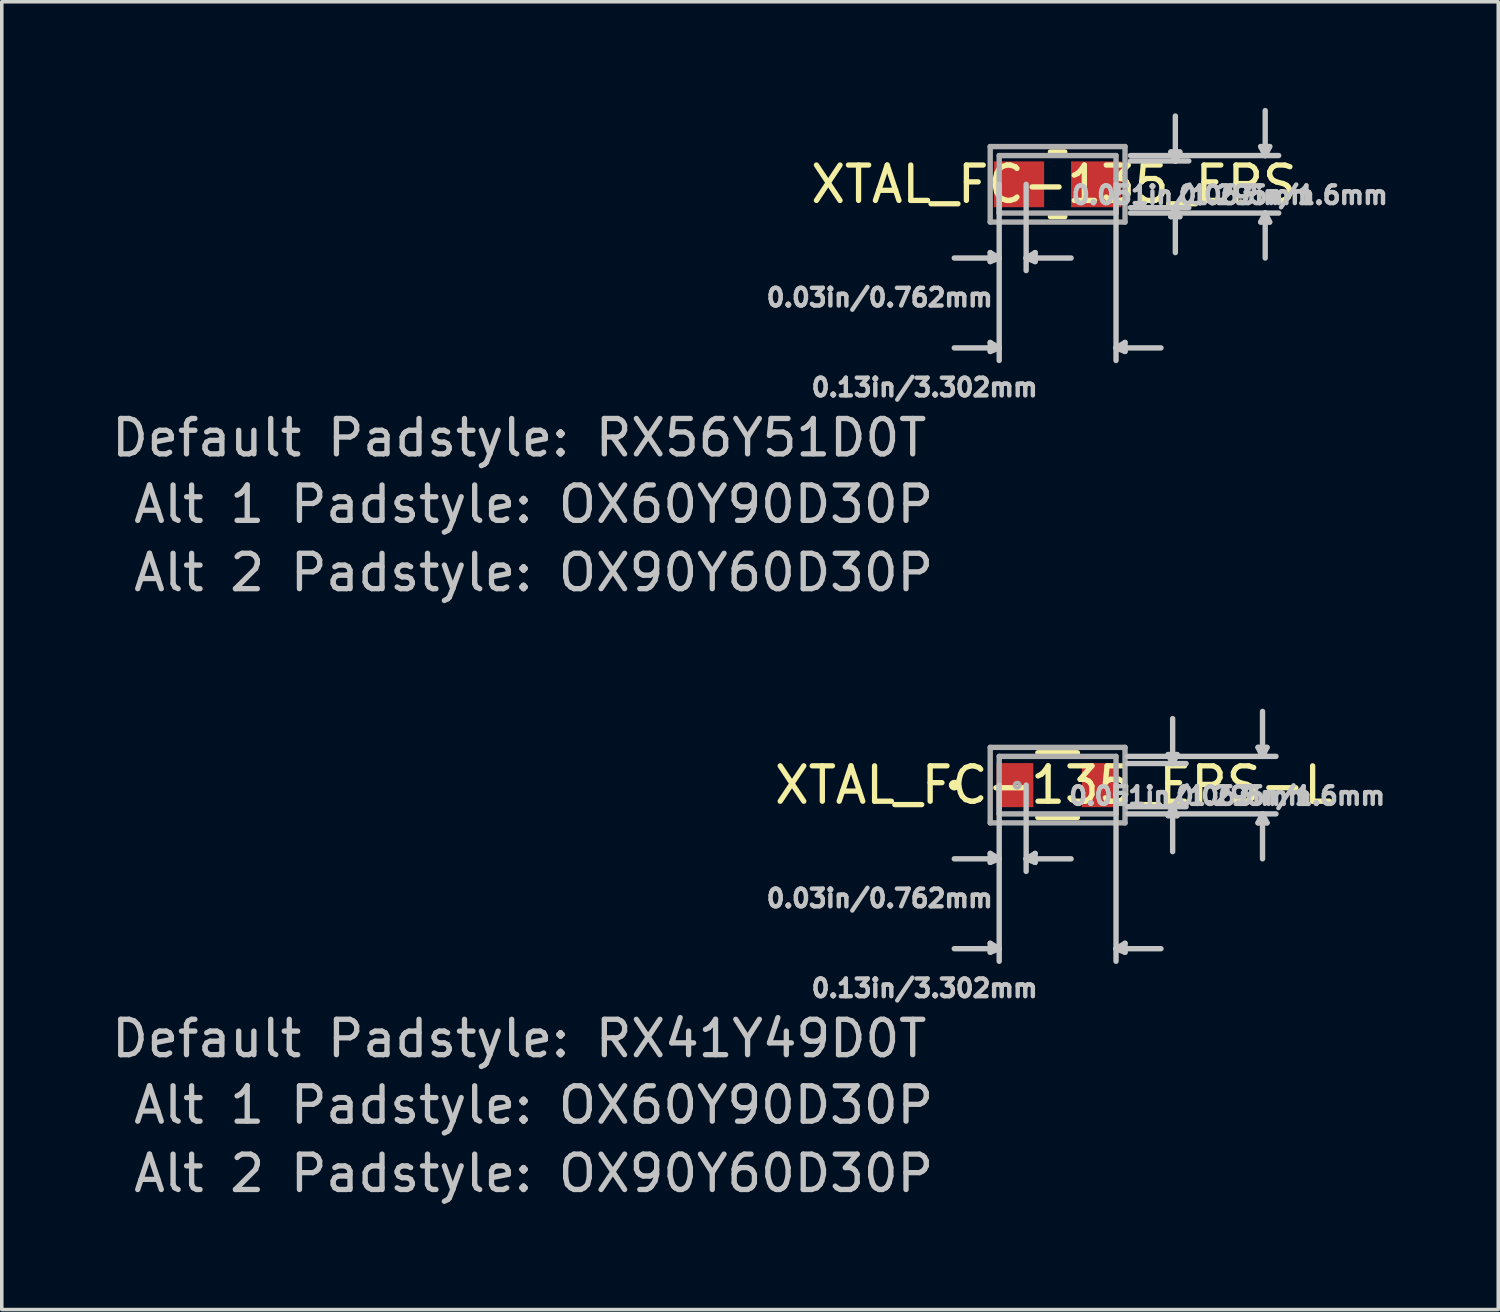
<source format=kicad_pcb>
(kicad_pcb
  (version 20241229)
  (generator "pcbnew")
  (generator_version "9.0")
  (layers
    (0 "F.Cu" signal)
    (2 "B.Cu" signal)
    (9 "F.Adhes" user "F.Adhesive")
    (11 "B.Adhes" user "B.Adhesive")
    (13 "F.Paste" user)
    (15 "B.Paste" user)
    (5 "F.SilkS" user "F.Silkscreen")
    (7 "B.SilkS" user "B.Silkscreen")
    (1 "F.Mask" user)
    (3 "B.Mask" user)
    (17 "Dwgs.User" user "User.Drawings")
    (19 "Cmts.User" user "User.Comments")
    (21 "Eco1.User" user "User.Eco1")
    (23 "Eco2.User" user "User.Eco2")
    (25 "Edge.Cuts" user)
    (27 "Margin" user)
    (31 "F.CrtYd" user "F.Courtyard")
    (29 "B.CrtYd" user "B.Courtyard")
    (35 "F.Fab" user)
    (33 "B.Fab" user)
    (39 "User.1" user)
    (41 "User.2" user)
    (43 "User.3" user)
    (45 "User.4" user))
  (footprint "XTAL_FC-135_EPS-L"
    (layer "F.Cu")
    (at 26.84 19.139)
    (property "Reference" "XTAL_FC-135_EPS-L" (at -0.102 0 0) (layer "F.SilkS") (effects (font (size 1 1) (thickness 0.15))))
    (attr smd)
    (fp_line (start -0.559 0.914) (end 0.559 0.914) (stroke (width 0.152) (type solid)) (layer "F.SilkS"))
    (fp_line (start 0.559 -0.914) (end -0.559 -0.914) (stroke (width 0.152) (type solid)) (layer "F.SilkS"))
    (fp_arc (start -2.9972 0) (mid -2.921 -0.0762) (end -2.8448 0) (stroke (width 0.1524) (type solid)) (layer "F.SilkS"))
    (fp_arc (start -2.8448 0) (mid -2.921 0.0762) (end -2.9972 0) (stroke (width 0.1524) (type solid)) (layer "F.SilkS"))
    (fp_line (start -1.905 1.93) (end -1.905 2.184) (stroke (width 0.152) (type solid)) (layer "Dwgs.User"))
    (fp_line (start -1.905 4.47) (end -1.905 4.724) (stroke (width 0.152) (type solid)) (layer "Dwgs.User"))
    (fp_line (start -1.651 0) (end -1.651 2.083) (stroke (width 0.152) (type solid)) (layer "Dwgs.User"))
    (fp_line (start -1.651 2.083) (end -2.921 2.083) (stroke (width 0.152) (type solid)) (layer "Dwgs.User"))
    (fp_line (start -1.651 2.083) (end -1.905 1.93) (stroke (width 0.152) (type solid)) (layer "Dwgs.User"))
    (fp_line (start -1.651 2.083) (end -1.905 2.184) (stroke (width 0.152) (type solid)) (layer "Dwgs.User"))
    (fp_line (start -1.651 2.083) (end -1.651 4.623) (stroke (width 0.152) (type solid)) (layer "Dwgs.User"))
    (fp_line (start -1.651 4.623) (end -2.921 4.623) (stroke (width 0.152) (type solid)) (layer "Dwgs.User"))
    (fp_line (start -1.651 4.623) (end -1.905 4.47) (stroke (width 0.152) (type solid)) (layer "Dwgs.User"))
    (fp_line (start -1.651 4.623) (end -1.905 4.724) (stroke (width 0.152) (type solid)) (layer "Dwgs.User"))
    (fp_line (start -1.651 4.623) (end -1.651 4.978) (stroke (width 0.152) (type solid)) (layer "Dwgs.User"))
    (fp_line (start -0.889 0) (end -0.889 2.083) (stroke (width 0.152) (type solid)) (layer "Dwgs.User"))
    (fp_line (start -0.889 2.083) (end -0.889 2.438) (stroke (width 0.152) (type solid)) (layer "Dwgs.User"))
    (fp_line (start -0.889 2.083) (end -0.635 1.93) (stroke (width 0.152) (type solid)) (layer "Dwgs.User"))
    (fp_line (start -0.889 2.083) (end -0.635 2.184) (stroke (width 0.152) (type solid)) (layer "Dwgs.User"))
    (fp_line (start -0.889 2.083) (end 0.381 2.083) (stroke (width 0.152) (type solid)) (layer "Dwgs.User"))
    (fp_line (start -0.635 1.93) (end -0.635 2.184) (stroke (width 0.152) (type solid)) (layer "Dwgs.User"))
    (fp_line (start 1.651 0) (end 1.651 4.623) (stroke (width 0.152) (type solid)) (layer "Dwgs.User"))
    (fp_line (start 1.651 4.623) (end 1.651 4.978) (stroke (width 0.152) (type solid)) (layer "Dwgs.User"))
    (fp_line (start 1.651 4.623) (end 1.905 4.47) (stroke (width 0.152) (type solid)) (layer "Dwgs.User"))
    (fp_line (start 1.651 4.623) (end 1.905 4.724) (stroke (width 0.152) (type solid)) (layer "Dwgs.User"))
    (fp_line (start 1.651 4.623) (end 2.921 4.623) (stroke (width 0.152) (type solid)) (layer "Dwgs.User"))
    (fp_line (start 1.905 4.47) (end 1.905 4.724) (stroke (width 0.152) (type solid)) (layer "Dwgs.User"))
    (fp_line (start 1.981 -0.813) (end 5.791 -0.813) (stroke (width 0.152) (type solid)) (layer "Dwgs.User"))
    (fp_line (start 1.981 -0.61) (end 3.251 -0.61) (stroke (width 0.152) (type solid)) (layer "Dwgs.User"))
    (fp_line (start 1.981 0.61) (end 3.251 0.61) (stroke (width 0.152) (type solid)) (layer "Dwgs.User"))
    (fp_line (start 1.981 0.813) (end 5.791 0.813) (stroke (width 0.152) (type solid)) (layer "Dwgs.User"))
    (fp_line (start 3.124 -0.864) (end 3.378 -0.864) (stroke (width 0.152) (type solid)) (layer "Dwgs.User"))
    (fp_line (start 3.124 0.864) (end 3.378 0.864) (stroke (width 0.152) (type solid)) (layer "Dwgs.User"))
    (fp_line (start 3.251 -0.61) (end 3.124 -0.864) (stroke (width 0.152) (type solid)) (layer "Dwgs.User"))
    (fp_line (start 3.251 -0.61) (end 3.251 -1.88) (stroke (width 0.152) (type solid)) (layer "Dwgs.User"))
    (fp_line (start 3.251 -0.61) (end 3.378 -0.864) (stroke (width 0.152) (type solid)) (layer "Dwgs.User"))
    (fp_line (start 3.251 -0.61) (end 3.632 -0.61) (stroke (width 0.152) (type solid)) (layer "Dwgs.User"))
    (fp_line (start 3.251 0.61) (end 3.124 0.864) (stroke (width 0.152) (type solid)) (layer "Dwgs.User"))
    (fp_line (start 3.251 0.61) (end 3.251 1.88) (stroke (width 0.152) (type solid)) (layer "Dwgs.User"))
    (fp_line (start 3.251 0.61) (end 3.378 0.864) (stroke (width 0.152) (type solid)) (layer "Dwgs.User"))
    (fp_line (start 3.251 0.61) (end 3.632 0.61) (stroke (width 0.152) (type solid)) (layer "Dwgs.User"))
    (fp_line (start 5.664 -1.067) (end 5.918 -1.067) (stroke (width 0.152) (type solid)) (layer "Dwgs.User"))
    (fp_line (start 5.664 1.067) (end 5.918 1.067) (stroke (width 0.152) (type solid)) (layer "Dwgs.User"))
    (fp_line (start 5.791 -0.813) (end 5.664 -1.067) (stroke (width 0.152) (type solid)) (layer "Dwgs.User"))
    (fp_line (start 5.791 -0.813) (end 5.791 -2.083) (stroke (width 0.152) (type solid)) (layer "Dwgs.User"))
    (fp_line (start 5.791 -0.813) (end 5.918 -1.067) (stroke (width 0.152) (type solid)) (layer "Dwgs.User"))
    (fp_line (start 5.791 -0.813) (end 6.172 -0.813) (stroke (width 0.152) (type solid)) (layer "Dwgs.User"))
    (fp_line (start 5.791 0.813) (end 5.664 1.067) (stroke (width 0.152) (type solid)) (layer "Dwgs.User"))
    (fp_line (start 5.791 0.813) (end 5.791 2.083) (stroke (width 0.152) (type solid)) (layer "Dwgs.User"))
    (fp_line (start 5.791 0.813) (end 5.918 1.067) (stroke (width 0.152) (type solid)) (layer "Dwgs.User"))
    (fp_line (start 5.791 0.813) (end 6.172 0.813) (stroke (width 0.152) (type solid)) (layer "Dwgs.User"))
    (fp_line (start -1.905 -1.067) (end 1.905 -1.067) (stroke (width 0.152) (type solid)) (layer "F.Fab"))
    (fp_line (start -1.905 1.067) (end -1.905 -1.067) (stroke (width 0.152) (type solid)) (layer "F.Fab"))
    (fp_line (start -1.651 -0.813) (end -1.651 0.813) (stroke (width 0.152) (type solid)) (layer "F.Fab"))
    (fp_line (start -1.651 0.813) (end 1.651 0.813) (stroke (width 0.152) (type solid)) (layer "F.Fab"))
    (fp_line (start 1.651 -0.813) (end -1.651 -0.813) (stroke (width 0.152) (type solid)) (layer "F.Fab"))
    (fp_line (start 1.651 0.813) (end 1.651 -0.813) (stroke (width 0.152) (type solid)) (layer "F.Fab"))
    (fp_line (start 1.905 -1.067) (end 1.905 1.067) (stroke (width 0.152) (type solid)) (layer "F.Fab"))
    (fp_line (start 1.905 1.067) (end -1.905 1.067) (stroke (width 0.152) (type solid)) (layer "F.Fab"))
    (fp_arc (start -1.2192 0) (mid -1.143 -0.0762) (end -1.0668 0) (stroke (width 0.1) (type solid)) (layer "F.Fab"))
    (fp_arc (start -1.0668 0) (mid -1.143 0.0762) (end -1.2192 0) (stroke (width 0.1) (type solid)) (layer "F.Fab"))
    (fp_text user "0.051in/1.295mm" (at 3.759 0.305 0) (layer "Dwgs.User") (effects (font (size 0.5 0.5) (thickness 0.15))))
    (fp_text user "Alt 2 Padstyle: OX90Y60D30P" (at -14.808 10.973 0) (layer "Dwgs.User") (effects (font (size 1 1) (thickness 0.15))))
    (fp_text user "Alt 1 Padstyle: OX60Y90D30P" (at -14.808 9.042 0) (layer "Dwgs.User") (effects (font (size 1 1) (thickness 0.15))))
    (fp_text user "Default Padstyle: RX41Y49D0T" (at -15.215 7.163 0) (layer "Dwgs.User") (effects (font (size 1 1) (thickness 0.15))))
    (fp_text user "0.063in/1.6mm" (at 6.299 0.305 0) (layer "Dwgs.User") (effects (font (size 0.5 0.5) (thickness 0.15))))
    (fp_text user "0.13in/3.302mm" (at -3.759 5.74 0) (layer "Dwgs.User") (effects (font (size 0.5 0.5) (thickness 0.15))))
    (fp_text user "0.03in/0.762mm" (at -5.029 3.2 0) (layer "Dwgs.User") (effects (font (size 0.5 0.5) (thickness 0.15))))
    (pad "1" smd rect (at -1.206 0) (size 1.041 1.245) (layers "F.Cu" "F.Mask" "F.Paste"))
    (pad "2" smd rect (at 1.206 0) (size 1.041 1.245) (layers "F.Cu" "F.Mask" "F.Paste"))
    (zone (net_name "") (layer "F.Cu") (hatch full 0.508) (connect_pads) (min_thickness 0.152) (filled_areas_thickness no) (keepout (tracks not_allowed) (vias not_allowed) (pads not_allowed) (copperpour not_allowed) (footprints allowed)) (placement (enabled no)) (fill) (polygon (pts (xy 25.239 18.39) (xy 28.44 18.39) (xy 28.44 18.441) (xy 25.239 18.441))))
    (zone (net_name "") (layer "F.Cu") (hatch full 0.508) (connect_pads) (min_thickness 0.152) (filled_areas_thickness no) (keepout (tracks not_allowed) (vias not_allowed) (pads not_allowed) (copperpour not_allowed) (footprints allowed)) (placement (enabled no)) (fill) (polygon (pts (xy 25.239 19.838) (xy 28.44 19.838) (xy 28.44 19.888) (xy 25.239 19.888))))
    (zone (net_name "") (layer "F.Cu") (hatch full 0.508) (connect_pads) (min_thickness 0.152) (filled_areas_thickness no) (keepout (tracks not_allowed) (vias not_allowed) (pads not_allowed) (copperpour not_allowed) (footprints allowed)) (placement (enabled no)) (fill) (polygon (pts (xy 26.205 18.441) (xy 27.475 18.441) (xy 27.475 19.838) (xy 26.205 19.838))))
    (zone (net_name "") (layer "F.Cu") (hatch full 0.508) (connect_pads) (min_thickness 0.152) (filled_areas_thickness no) (keepout (tracks not_allowed) (vias not_allowed) (pads not_allowed) (copperpour not_allowed) (footprints allowed)) (placement (enabled no)) (fill) (polygon (pts (xy 26.205 18.441) (xy 27.475 18.441) (xy 27.475 19.838) (xy 26.205 19.838)))))
  (footprint "XTAL_FC-135_EPS"
    (layer "F.Cu")
    (at 26.84 2.159)
    (property "Reference" "XTAL_FC-135_EPS" (at -0.102 0 0) (layer "F.SilkS") (effects (font (size 1 1) (thickness 0.15))))
    (attr smd)
    (fp_line (start -0.203 0.914) (end 0.203 0.914) (stroke (width 0.152) (type solid)) (layer "F.SilkS"))
    (fp_line (start 0.203 -0.914) (end -0.203 -0.914) (stroke (width 0.152) (type solid)) (layer "F.SilkS"))
    (fp_line (start -1.905 1.93) (end -1.905 2.184) (stroke (width 0.152) (type solid)) (layer "Dwgs.User"))
    (fp_line (start -1.905 4.47) (end -1.905 4.724) (stroke (width 0.152) (type solid)) (layer "Dwgs.User"))
    (fp_line (start -1.651 0) (end -1.651 2.083) (stroke (width 0.152) (type solid)) (layer "Dwgs.User"))
    (fp_line (start -1.651 2.083) (end -2.921 2.083) (stroke (width 0.152) (type solid)) (layer "Dwgs.User"))
    (fp_line (start -1.651 2.083) (end -1.905 1.93) (stroke (width 0.152) (type solid)) (layer "Dwgs.User"))
    (fp_line (start -1.651 2.083) (end -1.905 2.184) (stroke (width 0.152) (type solid)) (layer "Dwgs.User"))
    (fp_line (start -1.651 2.083) (end -1.651 4.623) (stroke (width 0.152) (type solid)) (layer "Dwgs.User"))
    (fp_line (start -1.651 4.623) (end -2.921 4.623) (stroke (width 0.152) (type solid)) (layer "Dwgs.User"))
    (fp_line (start -1.651 4.623) (end -1.905 4.47) (stroke (width 0.152) (type solid)) (layer "Dwgs.User"))
    (fp_line (start -1.651 4.623) (end -1.905 4.724) (stroke (width 0.152) (type solid)) (layer "Dwgs.User"))
    (fp_line (start -1.651 4.623) (end -1.651 4.978) (stroke (width 0.152) (type solid)) (layer "Dwgs.User"))
    (fp_line (start -0.889 0) (end -0.889 2.083) (stroke (width 0.152) (type solid)) (layer "Dwgs.User"))
    (fp_line (start -0.889 2.083) (end -0.889 2.438) (stroke (width 0.152) (type solid)) (layer "Dwgs.User"))
    (fp_line (start -0.889 2.083) (end -0.635 1.93) (stroke (width 0.152) (type solid)) (layer "Dwgs.User"))
    (fp_line (start -0.889 2.083) (end -0.635 2.184) (stroke (width 0.152) (type solid)) (layer "Dwgs.User"))
    (fp_line (start -0.889 2.083) (end 0.381 2.083) (stroke (width 0.152) (type solid)) (layer "Dwgs.User"))
    (fp_line (start -0.635 1.93) (end -0.635 2.184) (stroke (width 0.152) (type solid)) (layer "Dwgs.User"))
    (fp_line (start 1.651 0) (end 1.651 4.623) (stroke (width 0.152) (type solid)) (layer "Dwgs.User"))
    (fp_line (start 1.651 4.623) (end 1.651 4.978) (stroke (width 0.152) (type solid)) (layer "Dwgs.User"))
    (fp_line (start 1.651 4.623) (end 1.905 4.47) (stroke (width 0.152) (type solid)) (layer "Dwgs.User"))
    (fp_line (start 1.651 4.623) (end 1.905 4.724) (stroke (width 0.152) (type solid)) (layer "Dwgs.User"))
    (fp_line (start 1.651 4.623) (end 2.921 4.623) (stroke (width 0.152) (type solid)) (layer "Dwgs.User"))
    (fp_line (start 1.905 4.47) (end 1.905 4.724) (stroke (width 0.152) (type solid)) (layer "Dwgs.User"))
    (fp_line (start 2.057 -0.813) (end 5.867 -0.813) (stroke (width 0.152) (type solid)) (layer "Dwgs.User"))
    (fp_line (start 2.057 -0.66) (end 3.327 -0.66) (stroke (width 0.152) (type solid)) (layer "Dwgs.User"))
    (fp_line (start 2.057 0.66) (end 3.327 0.66) (stroke (width 0.152) (type solid)) (layer "Dwgs.User"))
    (fp_line (start 2.057 0.813) (end 5.867 0.813) (stroke (width 0.152) (type solid)) (layer "Dwgs.User"))
    (fp_line (start 3.2 -0.914) (end 3.454 -0.914) (stroke (width 0.152) (type solid)) (layer "Dwgs.User"))
    (fp_line (start 3.2 0.914) (end 3.454 0.914) (stroke (width 0.152) (type solid)) (layer "Dwgs.User"))
    (fp_line (start 3.327 -0.66) (end 3.2 -0.914) (stroke (width 0.152) (type solid)) (layer "Dwgs.User"))
    (fp_line (start 3.327 -0.66) (end 3.327 -1.93) (stroke (width 0.152) (type solid)) (layer "Dwgs.User"))
    (fp_line (start 3.327 -0.66) (end 3.454 -0.914) (stroke (width 0.152) (type solid)) (layer "Dwgs.User"))
    (fp_line (start 3.327 -0.66) (end 3.708 -0.66) (stroke (width 0.152) (type solid)) (layer "Dwgs.User"))
    (fp_line (start 3.327 0.66) (end 3.2 0.914) (stroke (width 0.152) (type solid)) (layer "Dwgs.User"))
    (fp_line (start 3.327 0.66) (end 3.327 1.93) (stroke (width 0.152) (type solid)) (layer "Dwgs.User"))
    (fp_line (start 3.327 0.66) (end 3.454 0.914) (stroke (width 0.152) (type solid)) (layer "Dwgs.User"))
    (fp_line (start 3.327 0.66) (end 3.708 0.66) (stroke (width 0.152) (type solid)) (layer "Dwgs.User"))
    (fp_line (start 5.74 -1.067) (end 5.994 -1.067) (stroke (width 0.152) (type solid)) (layer "Dwgs.User"))
    (fp_line (start 5.74 1.067) (end 5.994 1.067) (stroke (width 0.152) (type solid)) (layer "Dwgs.User"))
    (fp_line (start 5.867 -0.813) (end 5.74 -1.067) (stroke (width 0.152) (type solid)) (layer "Dwgs.User"))
    (fp_line (start 5.867 -0.813) (end 5.867 -2.083) (stroke (width 0.152) (type solid)) (layer "Dwgs.User"))
    (fp_line (start 5.867 -0.813) (end 5.994 -1.067) (stroke (width 0.152) (type solid)) (layer "Dwgs.User"))
    (fp_line (start 5.867 -0.813) (end 6.248 -0.813) (stroke (width 0.152) (type solid)) (layer "Dwgs.User"))
    (fp_line (start 5.867 0.813) (end 5.74 1.067) (stroke (width 0.152) (type solid)) (layer "Dwgs.User"))
    (fp_line (start 5.867 0.813) (end 5.867 2.083) (stroke (width 0.152) (type solid)) (layer "Dwgs.User"))
    (fp_line (start 5.867 0.813) (end 5.994 1.067) (stroke (width 0.152) (type solid)) (layer "Dwgs.User"))
    (fp_line (start 5.867 0.813) (end 6.248 0.813) (stroke (width 0.152) (type solid)) (layer "Dwgs.User"))
    (fp_line (start -1.905 -1.067) (end 1.905 -1.067) (stroke (width 0.152) (type solid)) (layer "F.Fab"))
    (fp_line (start -1.905 1.067) (end -1.905 -1.067) (stroke (width 0.152) (type solid)) (layer "F.Fab"))
    (fp_line (start -1.651 -0.813) (end -1.651 0.813) (stroke (width 0.152) (type solid)) (layer "F.Fab"))
    (fp_line (start -1.651 0.813) (end 1.651 0.813) (stroke (width 0.152) (type solid)) (layer "F.Fab"))
    (fp_line (start 1.651 -0.813) (end -1.651 -0.813) (stroke (width 0.152) (type solid)) (layer "F.Fab"))
    (fp_line (start 1.651 0.813) (end 1.651 -0.813) (stroke (width 0.152) (type solid)) (layer "F.Fab"))
    (fp_line (start 1.905 -1.067) (end 1.905 1.067) (stroke (width 0.152) (type solid)) (layer "F.Fab"))
    (fp_line (start 1.905 1.067) (end -1.905 1.067) (stroke (width 0.152) (type solid)) (layer "F.Fab"))
    (fp_text user "0.051in/1.295mm" (at 3.835 0.305 0) (layer "Dwgs.User") (effects (font (size 0.5 0.5) (thickness 0.15))))
    (fp_text user "Alt 2 Padstyle: OX90Y60D30P" (at -14.808 10.973 0) (layer "Dwgs.User") (effects (font (size 1 1) (thickness 0.15))))
    (fp_text user "0.03in/0.762mm" (at -5.029 3.2 0) (layer "Dwgs.User") (effects (font (size 0.5 0.5) (thickness 0.15))))
    (fp_text user "Alt 1 Padstyle: OX60Y90D30P" (at -14.808 9.042 0) (layer "Dwgs.User") (effects (font (size 1 1) (thickness 0.15))))
    (fp_text user "0.13in/3.302mm" (at -3.759 5.74 0) (layer "Dwgs.User") (effects (font (size 0.5 0.5) (thickness 0.15))))
    (fp_text user "0.063in/1.6mm" (at 6.375 0.305 0) (layer "Dwgs.User") (effects (font (size 0.5 0.5) (thickness 0.15))))
    (fp_text user "Default Padstyle: RX56Y51D0T" (at -15.215 7.163 0) (layer "Dwgs.User") (effects (font (size 1 1) (thickness 0.15))))
    (pad "1" smd rect (at -1.092 0) (size 1.422 1.295) (layers "F.Cu" "F.Mask" "F.Paste"))
    (pad "2" smd rect (at 1.092 0) (size 1.422 1.295) (layers "F.Cu" "F.Mask" "F.Paste"))
    (zone (net_name "") (layer "F.Cu") (hatch full 0.508) (connect_pads) (min_thickness 0.025) (filled_areas_thickness no) (keepout (tracks not_allowed) (vias not_allowed) (pads not_allowed) (copperpour not_allowed) (footprints allowed)) (placement (enabled no)) (fill) (polygon (pts (xy 25.239 1.41) (xy 28.44 1.41) (xy 28.44 1.46) (xy 25.239 1.46))))
    (zone (net_name "") (layer "F.Cu") (hatch full 0.508) (connect_pads) (min_thickness 0.025) (filled_areas_thickness no) (keepout (tracks not_allowed) (vias not_allowed) (pads not_allowed) (copperpour not_allowed) (footprints allowed)) (placement (enabled no)) (fill) (polygon (pts (xy 25.239 2.857) (xy 28.44 2.857) (xy 28.44 2.908) (xy 25.239 2.908))))
    (zone (net_name "") (layer "F.Cu") (hatch full 0.508) (connect_pads) (min_thickness 0.025) (filled_areas_thickness no) (keepout (tracks not_allowed) (vias not_allowed) (pads not_allowed) (copperpour not_allowed) (footprints allowed)) (placement (enabled no)) (fill) (polygon (pts (xy 26.509 1.46) (xy 27.17 1.46) (xy 27.17 2.857) (xy 26.509 2.857))))
    (zone (net_name "") (layer "F.Cu") (hatch full 0.508) (connect_pads) (min_thickness 0.025) (filled_areas_thickness no) (keepout (tracks not_allowed) (vias not_allowed) (pads not_allowed) (copperpour not_allowed) (footprints allowed)) (placement (enabled no)) (fill) (polygon (pts (xy 26.509 1.46) (xy 27.17 1.46) (xy 27.17 2.857) (xy 26.509 2.857)))))
  (gr_rect
    (start -3 -3)
    (end 39.293 33.96)
    (stroke (width 0.1) (type default))
    (fill no)
    (layer "Edge.Cuts")))
</source>
